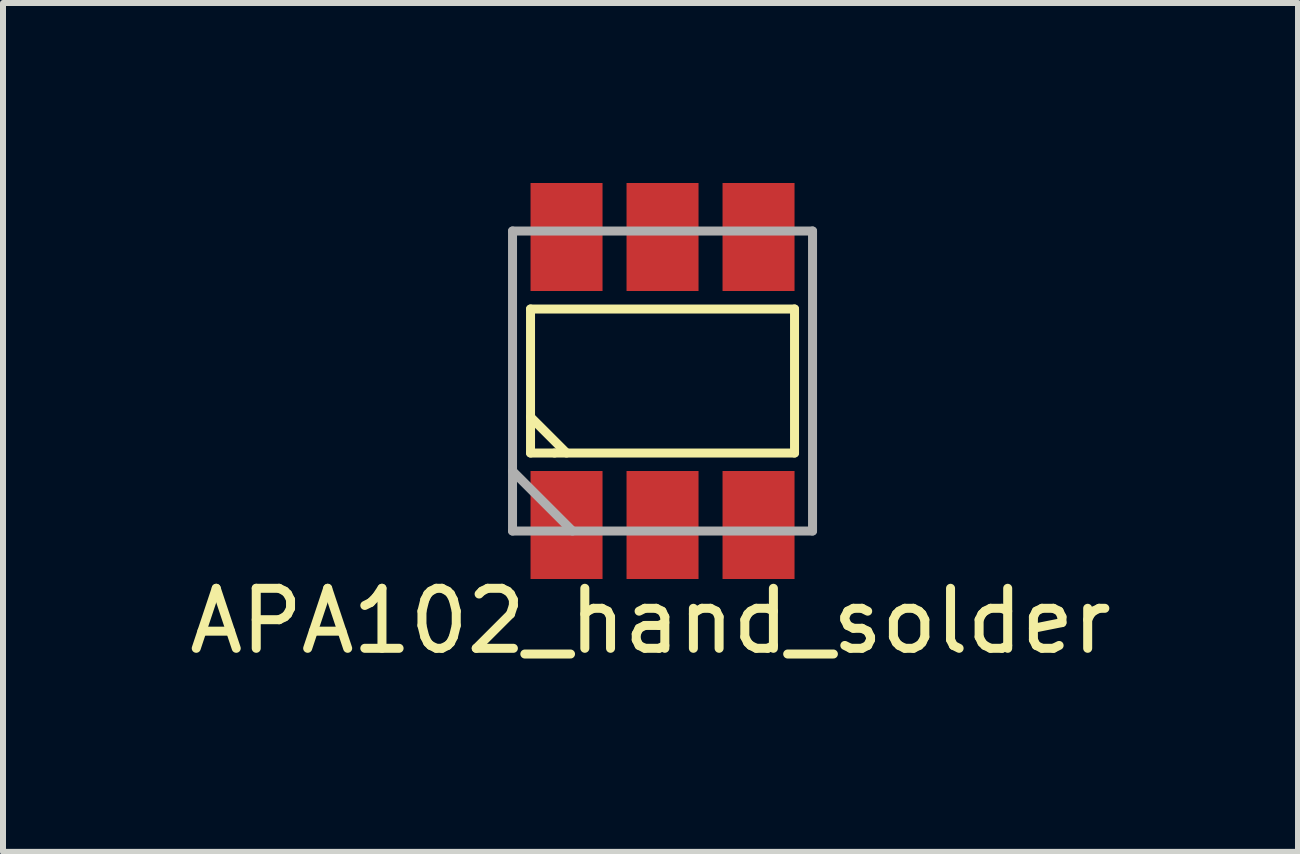
<source format=kicad_pcb>
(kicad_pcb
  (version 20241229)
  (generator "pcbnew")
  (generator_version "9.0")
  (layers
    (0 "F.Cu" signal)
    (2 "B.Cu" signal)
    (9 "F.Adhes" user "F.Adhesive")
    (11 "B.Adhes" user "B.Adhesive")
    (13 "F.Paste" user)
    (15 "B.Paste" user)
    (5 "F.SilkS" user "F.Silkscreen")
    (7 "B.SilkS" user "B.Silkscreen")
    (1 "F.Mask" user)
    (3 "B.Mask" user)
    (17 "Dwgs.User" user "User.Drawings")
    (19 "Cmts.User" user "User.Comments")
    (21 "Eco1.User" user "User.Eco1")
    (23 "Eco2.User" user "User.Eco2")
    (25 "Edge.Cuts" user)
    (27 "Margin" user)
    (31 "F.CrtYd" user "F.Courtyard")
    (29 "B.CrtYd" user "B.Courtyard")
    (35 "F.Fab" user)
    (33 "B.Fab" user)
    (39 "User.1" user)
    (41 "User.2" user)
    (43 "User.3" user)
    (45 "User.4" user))
  (footprint "APA102_hand_solder"
    (layer "F.Cu")
    (at 7.992 3.3)
    (property "Reference" "APA102_hand_solder" (at -0.2 4 0) (layer "F.SilkS") (effects (font (size 1 1) (thickness 0.15))))
    (attr through_hole)
    (fp_line (start -2.2 -1.2) (end -2.2 1.2) (stroke (width 0.15) (type solid)) (layer "F.SilkS"))
    (fp_line (start -2.2 -1.2) (end 2.2 -1.2) (stroke (width 0.15) (type solid)) (layer "F.SilkS"))
    (fp_line (start -2.2 0.6) (end -1.6 1.2) (stroke (width 0.15) (type solid)) (layer "F.SilkS"))
    (fp_line (start -1.8 1.2) (end -2.2 1.2) (stroke (width 0.15) (type solid)) (layer "F.SilkS"))
    (fp_line (start 2.2 -1.2) (end 2.2 1.2) (stroke (width 0.15) (type solid)) (layer "F.SilkS"))
    (fp_line (start 2.2 1.2) (end -1.8 1.2) (stroke (width 0.15) (type solid)) (layer "F.SilkS"))
    (fp_line (start -2.5 -2.5) (end 2.5 -2.5) (stroke (width 0.15) (type solid)) (layer "F.Fab"))
    (fp_line (start -2.5 1.5) (end -1.5 2.5) (stroke (width 0.15) (type solid)) (layer "F.Fab"))
    (fp_line (start -2.5 2.5) (end -2.5 -2.5) (stroke (width 0.15) (type solid)) (layer "F.Fab"))
    (fp_line (start 2.5 -2.5) (end 2.5 2.5) (stroke (width 0.15) (type solid)) (layer "F.Fab"))
    (fp_line (start 2.5 2.5) (end -2.5 2.5) (stroke (width 0.15) (type solid)) (layer "F.Fab"))
    (pad "1" smd rect (at -1.6 2.4 90) (size 1.8 1.2) (layers "F.Cu" "F.Mask" "F.Paste"))
    (pad "2" smd rect (at 0 2.4 90) (size 1.8 1.2) (layers "F.Cu" "F.Mask" "F.Paste"))
    (pad "3" smd rect (at 1.6 2.4 90) (size 1.8 1.2) (layers "F.Cu" "F.Mask" "F.Paste"))
    (pad "4" smd rect (at 1.6 -2.4 90) (size 1.8 1.2) (layers "F.Cu" "F.Mask" "F.Paste"))
    (pad "5" smd rect (at 0 -2.4 90) (size 1.8 1.2) (layers "F.Cu" "F.Mask" "F.Paste"))
    (pad "6" smd rect (at -1.6 -2.4 90) (size 1.8 1.2) (layers "F.Cu" "F.Mask" "F.Paste")))
  (gr_rect
    (start -3 -3)
    (end 18.583 11.148)
    (stroke (width 0.1) (type default))
    (fill no)
    (layer "Edge.Cuts")))
</source>
